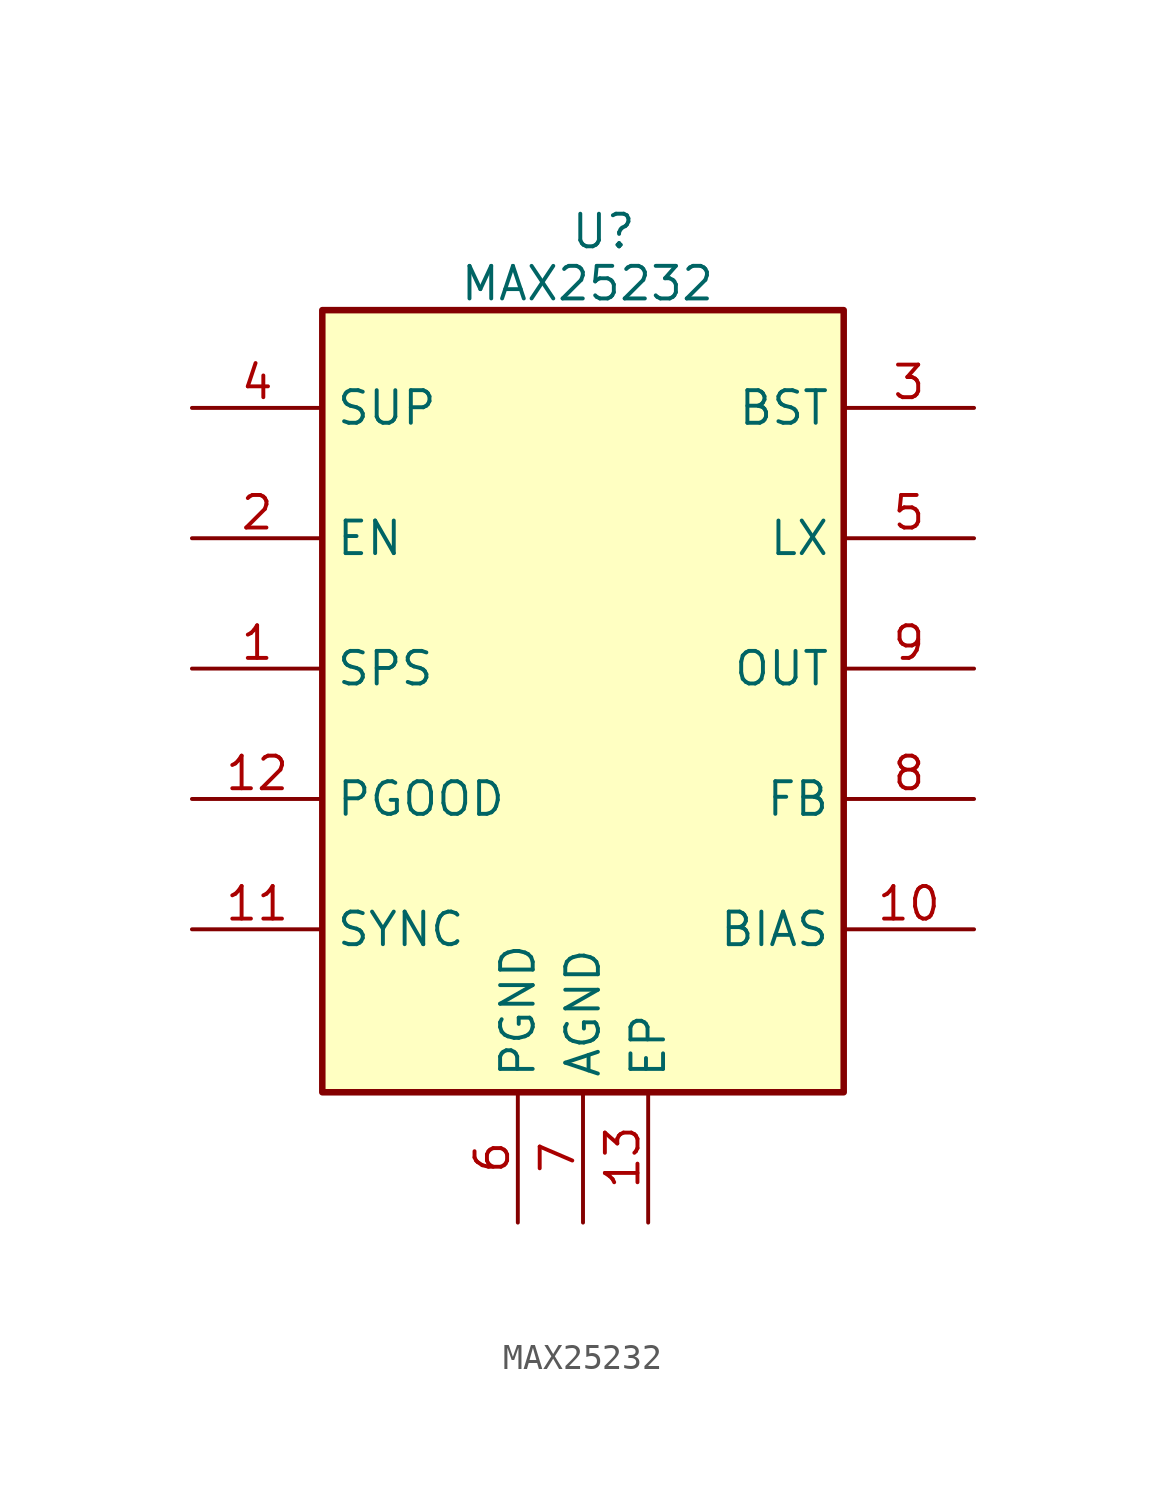
<source format=kicad_sym>
(kicad_symbol_lib
  (version 20231120)
  (generator "kicad_symbol_editor")
  (generator_version "8.0")
  (symbol "MAX25232"
    (property "Reference" "U"
      (at 14.732 6.35 0)
      (effects (font (size 1.27 1.27)) (justify left top)))
    (property "Value" "MAX25232"
      (at 10.414 4.318 0)
      (effects (font (size 1.27 1.27)) (justify left top)))
    (symbol "MAX25232_1_1"
      (rectangle (start 5.08 2.54) (end 25.4 -27.94) (stroke (width 0.254) (type default)) (fill (type background)))
      (pin input line (at 0 -11.43 0) (length 5.08) (name "SPS" (effects (font (size 1.27 1.27)))) (number "1" (effects (font (size 1.27 1.27)))))
      (pin passive line (at 30.48 -21.59 180) (length 5.08) (name "BIAS" (effects (font (size 1.27 1.27)))) (number "10" (effects (font (size 1.27 1.27)))))
      (pin input line (at 0 -21.59 0) (length 5.08) (name "SYNC" (effects (font (size 1.27 1.27)))) (number "11" (effects (font (size 1.27 1.27)))))
      (pin open_collector line (at 0 -16.51 0) (length 5.08) (name "PGOOD" (effects (font (size 1.27 1.27)))) (number "12" (effects (font (size 1.27 1.27)))))
      (pin power_in line (at 17.78 -33.02 90) (length 5.08) (name "EP" (effects (font (size 1.27 1.27)))) (number "13" (effects (font (size 1.27 1.27)))))
      (pin input line (at 0 -6.35 0) (length 5.08) (name "EN" (effects (font (size 1.27 1.27)))) (number "2" (effects (font (size 1.27 1.27)))))
      (pin passive line (at 30.48 -1.27 180) (length 5.08) (name "BST" (effects (font (size 1.27 1.27)))) (number "3" (effects (font (size 1.27 1.27)))))
      (pin power_in line (at 0 -1.27 0) (length 5.08) (name "SUP" (effects (font (size 1.27 1.27)))) (number "4" (effects (font (size 1.27 1.27)))))
      (pin passive line (at 30.48 -6.35 180) (length 5.08) (name "LX" (effects (font (size 1.27 1.27)))) (number "5" (effects (font (size 1.27 1.27)))))
      (pin power_in line (at 12.7 -33.02 90) (length 5.08) (name "PGND" (effects (font (size 1.27 1.27)))) (number "6" (effects (font (size 1.27 1.27)))))
      (pin power_in line (at 15.24 -33.02 90) (length 5.08) (name "AGND" (effects (font (size 1.27 1.27)))) (number "7" (effects (font (size 1.27 1.27)))))
      (pin input line (at 30.48 -16.51 180) (length 5.08) (name "FB" (effects (font (size 1.27 1.27)))) (number "8" (effects (font (size 1.27 1.27)))))
      (pin output line (at 30.48 -11.43 180) (length 5.08) (name "OUT" (effects (font (size 1.27 1.27)))) (number "9" (effects (font (size 1.27 1.27))))))))
</source>
